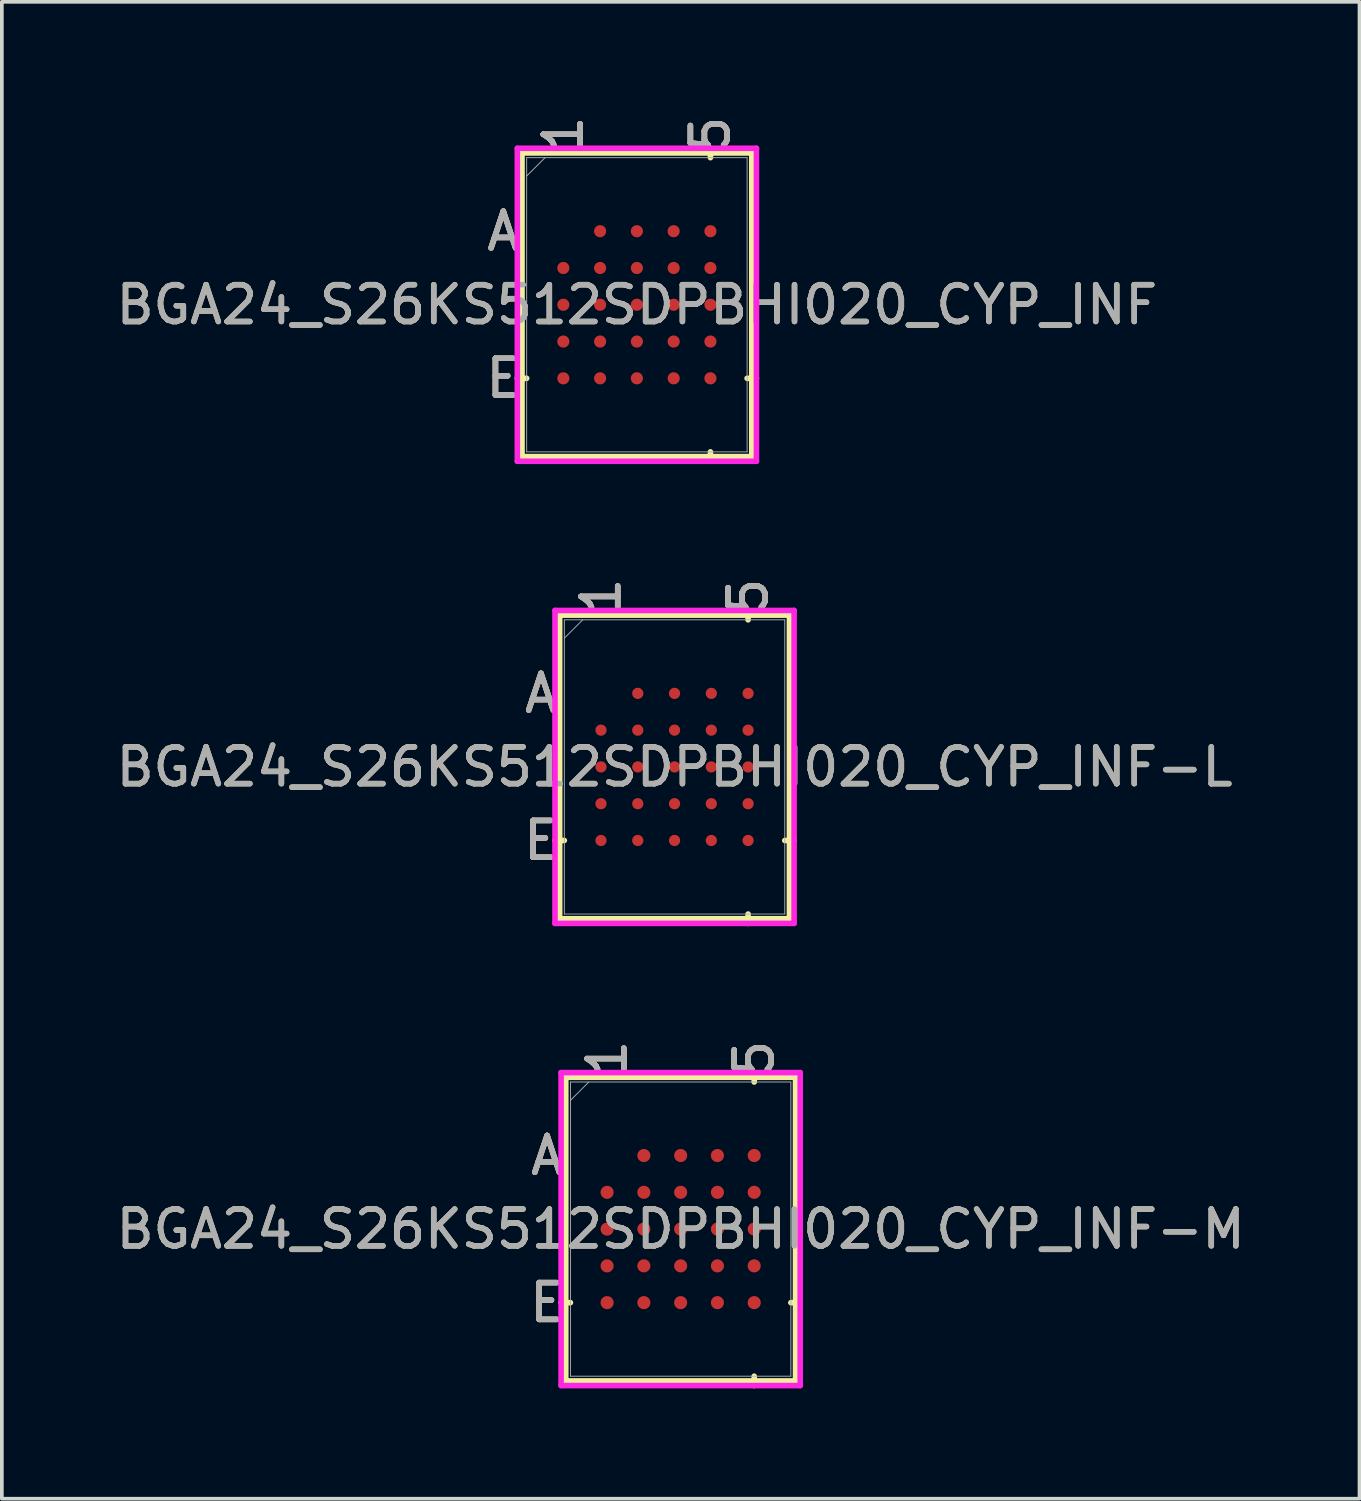
<source format=kicad_pcb>
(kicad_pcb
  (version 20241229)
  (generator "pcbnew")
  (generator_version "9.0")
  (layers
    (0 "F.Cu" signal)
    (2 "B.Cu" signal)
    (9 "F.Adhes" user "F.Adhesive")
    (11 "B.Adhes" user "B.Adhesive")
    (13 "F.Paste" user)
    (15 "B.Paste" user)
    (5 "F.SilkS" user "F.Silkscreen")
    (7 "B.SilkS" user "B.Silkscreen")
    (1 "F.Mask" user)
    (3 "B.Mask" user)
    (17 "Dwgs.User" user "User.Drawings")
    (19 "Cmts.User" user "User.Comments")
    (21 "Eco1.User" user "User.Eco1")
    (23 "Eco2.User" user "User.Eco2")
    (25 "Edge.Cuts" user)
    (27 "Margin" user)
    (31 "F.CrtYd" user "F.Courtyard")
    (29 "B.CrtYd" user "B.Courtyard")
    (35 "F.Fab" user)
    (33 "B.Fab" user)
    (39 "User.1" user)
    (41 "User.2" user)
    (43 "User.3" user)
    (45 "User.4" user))
  (footprint "BGA24_S26KS512SDPBHI020_CYP_INF-M"
    (layer "F.Cu")
    (at 15.458 30.371)
    (property "Reference" "BGA24_S26KS512SDPBHI020_CYP_INF-M" (at 0 0 0) (unlocked yes) (layer "F.SilkS") (effects (font (size 1 1) (thickness 0.15))))
    (attr smd)
    (fp_line (start -3.124 -4.128) (end -3.124 4.128) (stroke (width 0.152) (type solid)) (layer "F.SilkS"))
    (fp_line (start -3.124 4.128) (end 3.124 4.128) (stroke (width 0.152) (type solid)) (layer "F.SilkS"))
    (fp_line (start -2.997 2) (end -3.251 2) (stroke (width 0.152) (type solid)) (layer "F.SilkS"))
    (fp_line (start 2 -4) (end 2 -4.255) (stroke (width 0.152) (type solid)) (layer "F.SilkS"))
    (fp_line (start 2 4) (end 2 4.255) (stroke (width 0.152) (type solid)) (layer "F.SilkS"))
    (fp_line (start 2.997 2) (end 3.251 2) (stroke (width 0.152) (type solid)) (layer "F.SilkS"))
    (fp_line (start 3.124 -4.128) (end -3.124 -4.128) (stroke (width 0.152) (type solid)) (layer "F.SilkS"))
    (fp_line (start 3.124 4.128) (end 3.124 -4.128) (stroke (width 0.152) (type solid)) (layer "F.SilkS"))
    (fp_poly (pts (xy -3.008 -3.008) (xy 3.008 -3.008) (xy 3.008 3.008) (xy -3.008 3.008)) (stroke (width 0.1) (type solid)) (fill no) (layer "Eco2.User"))
    (fp_line (start -3.251 -4.255) (end 3.251 -4.255) (stroke (width 0.152) (type solid)) (layer "F.CrtYd"))
    (fp_line (start -3.251 4.255) (end -3.251 -4.255) (stroke (width 0.152) (type solid)) (layer "F.CrtYd"))
    (fp_line (start 3.251 -4.255) (end 3.251 4.255) (stroke (width 0.152) (type solid)) (layer "F.CrtYd"))
    (fp_line (start 3.251 4.255) (end -3.251 4.255) (stroke (width 0.152) (type solid)) (layer "F.CrtYd"))
    (fp_line (start -2.997 -4) (end -2.997 4) (stroke (width 0.025) (type solid)) (layer "F.Fab"))
    (fp_line (start -2.997 4) (end 2.997 4) (stroke (width 0.025) (type solid)) (layer "F.Fab"))
    (fp_line (start -2.497 -4) (end -2.997 -3.501) (stroke (width 0.025) (type solid)) (layer "F.Fab"))
    (fp_line (start 2.997 -4) (end -2.997 -4) (stroke (width 0.025) (type solid)) (layer "F.Fab"))
    (fp_line (start 2.997 4) (end 2.997 -4) (stroke (width 0.025) (type solid)) (layer "F.Fab"))
    (fp_text user "1" (at -2 -4.636 90) (unlocked yes) (layer "F.SilkS") (effects (font (size 1 1) (thickness 0.15))))
    (fp_text user "E" (at -3.632 2 0) (unlocked yes) (layer "F.SilkS") (effects (font (size 1 1) (thickness 0.15))))
    (fp_text user "A" (at -3.632 -2 0) (unlocked yes) (layer "F.SilkS") (effects (font (size 1 1) (thickness 0.15))))
    (fp_text user "5" (at 2 -4.636 90) (unlocked yes) (layer "F.SilkS") (effects (font (size 1 1) (thickness 0.15))))
    (fp_text user "E" (at -3.632 2 0) (unlocked yes) (layer "B.SilkS") (effects (font (size 1 1) (thickness 0.15))))
    (fp_text user "5" (at 2 -4.636 90) (unlocked yes) (layer "B.SilkS") (effects (font (size 1 1) (thickness 0.15))))
    (fp_text user "1" (at -2 -4.636 90) (unlocked yes) (layer "B.SilkS") (effects (font (size 1 1) (thickness 0.15))))
    (fp_text user "A" (at -3.632 -2 0) (unlocked yes) (layer "B.SilkS") (effects (font (size 1 1) (thickness 0.15))))
    (fp_text user "1" (at -2 -4.636 90) (unlocked yes) (layer "F.Fab") (effects (font (size 1 1) (thickness 0.15))))
    (fp_text user "A" (at -3.632 -2 0) (unlocked yes) (layer "F.Fab") (effects (font (size 1 1) (thickness 0.15))))
    (fp_text user "5" (at 2 -4.636 90) (unlocked yes) (layer "F.Fab") (effects (font (size 1 1) (thickness 0.15))))
    (fp_text user "${REFERENCE}" (at 0 0 0) (unlocked yes) (layer "F.Fab") (effects (font (size 1 1) (thickness 0.15))))
    (fp_text user "E" (at -3.632 2 0) (unlocked yes) (layer "F.Fab") (effects (font (size 1 1) (thickness 0.15))))
    (pad "A2" smd circle (at -1 -2) (size 0.356 0.356) (layers "F.Cu" "F.Mask" "F.Paste"))
    (pad "A3" smd circle (at 0 -2) (size 0.356 0.356) (layers "F.Cu" "F.Mask" "F.Paste"))
    (pad "A4" smd circle (at 1 -2) (size 0.356 0.356) (layers "F.Cu" "F.Mask" "F.Paste"))
    (pad "A5" smd circle (at 2 -2) (size 0.356 0.356) (layers "F.Cu" "F.Mask" "F.Paste"))
    (pad "B1" smd circle (at -2 -1) (size 0.356 0.356) (layers "F.Cu" "F.Mask" "F.Paste"))
    (pad "B2" smd circle (at -1 -1) (size 0.356 0.356) (layers "F.Cu" "F.Mask" "F.Paste"))
    (pad "B3" smd circle (at 0 -1) (size 0.356 0.356) (layers "F.Cu" "F.Mask" "F.Paste"))
    (pad "B4" smd circle (at 1 -1) (size 0.356 0.356) (layers "F.Cu" "F.Mask" "F.Paste"))
    (pad "B5" smd circle (at 2 -1) (size 0.356 0.356) (layers "F.Cu" "F.Mask" "F.Paste"))
    (pad "C1" smd circle (at -2 0) (size 0.356 0.356) (layers "F.Cu" "F.Mask" "F.Paste"))
    (pad "C2" smd circle (at -1 0) (size 0.356 0.356) (layers "F.Cu" "F.Mask" "F.Paste"))
    (pad "C3" smd circle (at 0 0) (size 0.356 0.356) (layers "F.Cu" "F.Mask" "F.Paste"))
    (pad "C4" smd circle (at 1 0) (size 0.356 0.356) (layers "F.Cu" "F.Mask" "F.Paste"))
    (pad "C5" smd circle (at 2 0) (size 0.356 0.356) (layers "F.Cu" "F.Mask" "F.Paste"))
    (pad "D1" smd circle (at -2 1) (size 0.356 0.356) (layers "F.Cu" "F.Mask" "F.Paste"))
    (pad "D2" smd circle (at -1 1) (size 0.356 0.356) (layers "F.Cu" "F.Mask" "F.Paste"))
    (pad "D3" smd circle (at 0 1) (size 0.356 0.356) (layers "F.Cu" "F.Mask" "F.Paste"))
    (pad "D4" smd circle (at 1 1) (size 0.356 0.356) (layers "F.Cu" "F.Mask" "F.Paste"))
    (pad "D5" smd circle (at 2 1) (size 0.356 0.356) (layers "F.Cu" "F.Mask" "F.Paste"))
    (pad "E1" smd circle (at -2 2) (size 0.356 0.356) (layers "F.Cu" "F.Mask" "F.Paste"))
    (pad "E2" smd circle (at -1 2) (size 0.356 0.356) (layers "F.Cu" "F.Mask" "F.Paste"))
    (pad "E3" smd circle (at 0 2) (size 0.356 0.356) (layers "F.Cu" "F.Mask" "F.Paste"))
    (pad "E4" smd circle (at 1 2) (size 0.356 0.356) (layers "F.Cu" "F.Mask" "F.Paste"))
    (pad "E5" smd circle (at 2 2) (size 0.356 0.356) (layers "F.Cu" "F.Mask" "F.Paste")))
  (footprint "BGA24_S26KS512SDPBHI020_CYP_INF-L"
    (layer "F.Cu")
    (at 15.292 17.804)
    (property "Reference" "BGA24_S26KS512SDPBHI020_CYP_INF-L" (at 0 0 0) (unlocked yes) (layer "F.SilkS") (effects (font (size 1 1) (thickness 0.15))))
    (attr smd)
    (fp_line (start -3.124 -4.128) (end -3.124 4.128) (stroke (width 0.152) (type solid)) (layer "F.SilkS"))
    (fp_line (start -3.124 4.128) (end 3.124 4.128) (stroke (width 0.152) (type solid)) (layer "F.SilkS"))
    (fp_line (start -2.997 2) (end -3.251 2) (stroke (width 0.152) (type solid)) (layer "F.SilkS"))
    (fp_line (start 2 -4) (end 2 -4.255) (stroke (width 0.152) (type solid)) (layer "F.SilkS"))
    (fp_line (start 2 4) (end 2 4.255) (stroke (width 0.152) (type solid)) (layer "F.SilkS"))
    (fp_line (start 2.997 2) (end 3.251 2) (stroke (width 0.152) (type solid)) (layer "F.SilkS"))
    (fp_line (start 3.124 -4.128) (end -3.124 -4.128) (stroke (width 0.152) (type solid)) (layer "F.SilkS"))
    (fp_line (start 3.124 4.128) (end 3.124 -4.128) (stroke (width 0.152) (type solid)) (layer "F.SilkS"))
    (fp_poly (pts (xy -3.008 -3.008) (xy 3.008 -3.008) (xy 3.008 3.008) (xy -3.008 3.008)) (stroke (width 0.1) (type solid)) (fill no) (layer "Eco2.User"))
    (fp_line (start -3.251 -4.255) (end 3.251 -4.255) (stroke (width 0.152) (type solid)) (layer "F.CrtYd"))
    (fp_line (start -3.251 4.255) (end -3.251 -4.255) (stroke (width 0.152) (type solid)) (layer "F.CrtYd"))
    (fp_line (start 3.251 -4.255) (end 3.251 4.255) (stroke (width 0.152) (type solid)) (layer "F.CrtYd"))
    (fp_line (start 3.251 4.255) (end -3.251 4.255) (stroke (width 0.152) (type solid)) (layer "F.CrtYd"))
    (fp_line (start -2.997 -4) (end -2.997 4) (stroke (width 0.025) (type solid)) (layer "F.Fab"))
    (fp_line (start -2.997 4) (end 2.997 4) (stroke (width 0.025) (type solid)) (layer "F.Fab"))
    (fp_line (start -2.497 -4) (end -2.997 -3.501) (stroke (width 0.025) (type solid)) (layer "F.Fab"))
    (fp_line (start 2.997 -4) (end -2.997 -4) (stroke (width 0.025) (type solid)) (layer "F.Fab"))
    (fp_line (start 2.997 4) (end 2.997 -4) (stroke (width 0.025) (type solid)) (layer "F.Fab"))
    (fp_text user "1" (at -2 -4.636 90) (unlocked yes) (layer "F.SilkS") (effects (font (size 1 1) (thickness 0.15))))
    (fp_text user "E" (at -3.632 2 0) (unlocked yes) (layer "F.SilkS") (effects (font (size 1 1) (thickness 0.15))))
    (fp_text user "5" (at 2 -4.636 90) (unlocked yes) (layer "F.SilkS") (effects (font (size 1 1) (thickness 0.15))))
    (fp_text user "A" (at -3.632 -2 0) (unlocked yes) (layer "F.SilkS") (effects (font (size 1 1) (thickness 0.15))))
    (fp_text user "1" (at -2 -4.636 90) (unlocked yes) (layer "B.SilkS") (effects (font (size 1 1) (thickness 0.15))))
    (fp_text user "E" (at -3.632 2 0) (unlocked yes) (layer "B.SilkS") (effects (font (size 1 1) (thickness 0.15))))
    (fp_text user "A" (at -3.632 -2 0) (unlocked yes) (layer "B.SilkS") (effects (font (size 1 1) (thickness 0.15))))
    (fp_text user "5" (at 2 -4.636 90) (unlocked yes) (layer "B.SilkS") (effects (font (size 1 1) (thickness 0.15))))
    (fp_text user "5" (at 2 -4.636 90) (unlocked yes) (layer "F.Fab") (effects (font (size 1 1) (thickness 0.15))))
    (fp_text user "A" (at -3.632 -2 0) (unlocked yes) (layer "F.Fab") (effects (font (size 1 1) (thickness 0.15))))
    (fp_text user "${REFERENCE}" (at 0 0 0) (unlocked yes) (layer "F.Fab") (effects (font (size 1 1) (thickness 0.15))))
    (fp_text user "E" (at -3.632 2 0) (unlocked yes) (layer "F.Fab") (effects (font (size 1 1) (thickness 0.15))))
    (fp_text user "1" (at -2 -4.636 90) (unlocked yes) (layer "F.Fab") (effects (font (size 1 1) (thickness 0.15))))
    (pad "A2" smd circle (at -1 -2) (size 0.305 0.305) (layers "F.Cu" "F.Mask" "F.Paste"))
    (pad "A3" smd circle (at 0 -2) (size 0.305 0.305) (layers "F.Cu" "F.Mask" "F.Paste"))
    (pad "A4" smd circle (at 1 -2) (size 0.305 0.305) (layers "F.Cu" "F.Mask" "F.Paste"))
    (pad "A5" smd circle (at 2 -2) (size 0.305 0.305) (layers "F.Cu" "F.Mask" "F.Paste"))
    (pad "B1" smd circle (at -2 -1) (size 0.305 0.305) (layers "F.Cu" "F.Mask" "F.Paste"))
    (pad "B2" smd circle (at -1 -1) (size 0.305 0.305) (layers "F.Cu" "F.Mask" "F.Paste"))
    (pad "B3" smd circle (at 0 -1) (size 0.305 0.305) (layers "F.Cu" "F.Mask" "F.Paste"))
    (pad "B4" smd circle (at 1 -1) (size 0.305 0.305) (layers "F.Cu" "F.Mask" "F.Paste"))
    (pad "B5" smd circle (at 2 -1) (size 0.305 0.305) (layers "F.Cu" "F.Mask" "F.Paste"))
    (pad "C1" smd circle (at -2 0) (size 0.305 0.305) (layers "F.Cu" "F.Mask" "F.Paste"))
    (pad "C2" smd circle (at -1 0) (size 0.305 0.305) (layers "F.Cu" "F.Mask" "F.Paste"))
    (pad "C3" smd circle (at 0 0) (size 0.305 0.305) (layers "F.Cu" "F.Mask" "F.Paste"))
    (pad "C4" smd circle (at 1 0) (size 0.305 0.305) (layers "F.Cu" "F.Mask" "F.Paste"))
    (pad "C5" smd circle (at 2 0) (size 0.305 0.305) (layers "F.Cu" "F.Mask" "F.Paste"))
    (pad "D1" smd circle (at -2 1) (size 0.305 0.305) (layers "F.Cu" "F.Mask" "F.Paste"))
    (pad "D2" smd circle (at -1 1) (size 0.305 0.305) (layers "F.Cu" "F.Mask" "F.Paste"))
    (pad "D3" smd circle (at 0 1) (size 0.305 0.305) (layers "F.Cu" "F.Mask" "F.Paste"))
    (pad "D4" smd circle (at 1 1) (size 0.305 0.305) (layers "F.Cu" "F.Mask" "F.Paste"))
    (pad "D5" smd circle (at 2 1) (size 0.305 0.305) (layers "F.Cu" "F.Mask" "F.Paste"))
    (pad "E1" smd circle (at -2 2) (size 0.305 0.305) (layers "F.Cu" "F.Mask" "F.Paste"))
    (pad "E2" smd circle (at -1 2) (size 0.305 0.305) (layers "F.Cu" "F.Mask" "F.Paste"))
    (pad "E3" smd circle (at 0 2) (size 0.305 0.305) (layers "F.Cu" "F.Mask" "F.Paste"))
    (pad "E4" smd circle (at 1 2) (size 0.305 0.305) (layers "F.Cu" "F.Mask" "F.Paste"))
    (pad "E5" smd circle (at 2 2) (size 0.305 0.305) (layers "F.Cu" "F.Mask" "F.Paste")))
  (footprint "BGA24_S26KS512SDPBHI020_CYP_INF"
    (layer "F.Cu")
    (at 14.268 5.237)
    (property "Reference" "BGA24_S26KS512SDPBHI020_CYP_INF" (at 0 0 0) (unlocked yes) (layer "F.SilkS") (effects (font (size 1 1) (thickness 0.15))))
    (attr smd)
    (fp_line (start -3.124 -4.128) (end -3.124 4.128) (stroke (width 0.152) (type solid)) (layer "F.SilkS"))
    (fp_line (start -3.124 4.128) (end 3.124 4.128) (stroke (width 0.152) (type solid)) (layer "F.SilkS"))
    (fp_line (start -2.997 2) (end -3.251 2) (stroke (width 0.152) (type solid)) (layer "F.SilkS"))
    (fp_line (start 2 -4) (end 2 -4.255) (stroke (width 0.152) (type solid)) (layer "F.SilkS"))
    (fp_line (start 2 4) (end 2 4.255) (stroke (width 0.152) (type solid)) (layer "F.SilkS"))
    (fp_line (start 2.997 2) (end 3.251 2) (stroke (width 0.152) (type solid)) (layer "F.SilkS"))
    (fp_line (start 3.124 -4.128) (end -3.124 -4.128) (stroke (width 0.152) (type solid)) (layer "F.SilkS"))
    (fp_line (start 3.124 4.128) (end 3.124 -4.128) (stroke (width 0.152) (type solid)) (layer "F.SilkS"))
    (fp_poly (pts (xy -3.008 -3.008) (xy 3.008 -3.008) (xy 3.008 3.008) (xy -3.008 3.008)) (stroke (width 0.1) (type solid)) (fill no) (layer "Eco2.User"))
    (fp_line (start -3.251 -4.255) (end 3.251 -4.255) (stroke (width 0.152) (type solid)) (layer "F.CrtYd"))
    (fp_line (start -3.251 4.255) (end -3.251 -4.255) (stroke (width 0.152) (type solid)) (layer "F.CrtYd"))
    (fp_line (start 3.251 -4.255) (end 3.251 4.255) (stroke (width 0.152) (type solid)) (layer "F.CrtYd"))
    (fp_line (start 3.251 4.255) (end -3.251 4.255) (stroke (width 0.152) (type solid)) (layer "F.CrtYd"))
    (fp_line (start -2.997 -4) (end -2.997 4) (stroke (width 0.025) (type solid)) (layer "F.Fab"))
    (fp_line (start -2.997 4) (end 2.997 4) (stroke (width 0.025) (type solid)) (layer "F.Fab"))
    (fp_line (start -2.497 -4) (end -2.997 -3.501) (stroke (width 0.025) (type solid)) (layer "F.Fab"))
    (fp_line (start 2.997 -4) (end -2.997 -4) (stroke (width 0.025) (type solid)) (layer "F.Fab"))
    (fp_line (start 2.997 4) (end 2.997 -4) (stroke (width 0.025) (type solid)) (layer "F.Fab"))
    (fp_text user "E" (at -3.632 2 0) (unlocked yes) (layer "F.SilkS") (effects (font (size 1 1) (thickness 0.15))))
    (fp_text user "5" (at 2 -4.636 90) (unlocked yes) (layer "F.SilkS") (effects (font (size 1 1) (thickness 0.15))))
    (fp_text user "1" (at -2 -4.636 90) (unlocked yes) (layer "F.SilkS") (effects (font (size 1 1) (thickness 0.15))))
    (fp_text user "A" (at -3.632 -2 0) (unlocked yes) (layer "F.SilkS") (effects (font (size 1 1) (thickness 0.15))))
    (fp_text user "1" (at -2 -4.636 90) (unlocked yes) (layer "B.SilkS") (effects (font (size 1 1) (thickness 0.15))))
    (fp_text user "5" (at 2 -4.636 90) (unlocked yes) (layer "B.SilkS") (effects (font (size 1 1) (thickness 0.15))))
    (fp_text user "A" (at -3.632 -2 0) (unlocked yes) (layer "B.SilkS") (effects (font (size 1 1) (thickness 0.15))))
    (fp_text user "E" (at -3.632 2 0) (unlocked yes) (layer "B.SilkS") (effects (font (size 1 1) (thickness 0.15))))
    (fp_text user "A" (at -3.632 -2 0) (unlocked yes) (layer "F.Fab") (effects (font (size 1 1) (thickness 0.15))))
    (fp_text user "E" (at -3.632 2 0) (unlocked yes) (layer "F.Fab") (effects (font (size 1 1) (thickness 0.15))))
    (fp_text user "${REFERENCE}" (at 0 0 0) (unlocked yes) (layer "F.Fab") (effects (font (size 1 1) (thickness 0.15))))
    (fp_text user "5" (at 2 -4.636 90) (unlocked yes) (layer "F.Fab") (effects (font (size 1 1) (thickness 0.15))))
    (fp_text user "1" (at -2 -4.636 90) (unlocked yes) (layer "F.Fab") (effects (font (size 1 1) (thickness 0.15))))
    (pad "A2" smd circle (at -1 -2) (size 0.33 0.33) (layers "F.Cu" "F.Mask" "F.Paste"))
    (pad "A3" smd circle (at 0 -2) (size 0.33 0.33) (layers "F.Cu" "F.Mask" "F.Paste"))
    (pad "A4" smd circle (at 1 -2) (size 0.33 0.33) (layers "F.Cu" "F.Mask" "F.Paste"))
    (pad "A5" smd circle (at 2 -2) (size 0.33 0.33) (layers "F.Cu" "F.Mask" "F.Paste"))
    (pad "B1" smd circle (at -2 -1) (size 0.33 0.33) (layers "F.Cu" "F.Mask" "F.Paste"))
    (pad "B2" smd circle (at -1 -1) (size 0.33 0.33) (layers "F.Cu" "F.Mask" "F.Paste"))
    (pad "B3" smd circle (at 0 -1) (size 0.33 0.33) (layers "F.Cu" "F.Mask" "F.Paste"))
    (pad "B4" smd circle (at 1 -1) (size 0.33 0.33) (layers "F.Cu" "F.Mask" "F.Paste"))
    (pad "B5" smd circle (at 2 -1) (size 0.33 0.33) (layers "F.Cu" "F.Mask" "F.Paste"))
    (pad "C1" smd circle (at -2 0) (size 0.33 0.33) (layers "F.Cu" "F.Mask" "F.Paste"))
    (pad "C2" smd circle (at -1 0) (size 0.33 0.33) (layers "F.Cu" "F.Mask" "F.Paste"))
    (pad "C3" smd circle (at 0 0) (size 0.33 0.33) (layers "F.Cu" "F.Mask" "F.Paste"))
    (pad "C4" smd circle (at 1 0) (size 0.33 0.33) (layers "F.Cu" "F.Mask" "F.Paste"))
    (pad "C5" smd circle (at 2 0) (size 0.33 0.33) (layers "F.Cu" "F.Mask" "F.Paste"))
    (pad "D1" smd circle (at -2 1) (size 0.33 0.33) (layers "F.Cu" "F.Mask" "F.Paste"))
    (pad "D2" smd circle (at -1 1) (size 0.33 0.33) (layers "F.Cu" "F.Mask" "F.Paste"))
    (pad "D3" smd circle (at 0 1) (size 0.33 0.33) (layers "F.Cu" "F.Mask" "F.Paste"))
    (pad "D4" smd circle (at 1 1) (size 0.33 0.33) (layers "F.Cu" "F.Mask" "F.Paste"))
    (pad "D5" smd circle (at 2 1) (size 0.33 0.33) (layers "F.Cu" "F.Mask" "F.Paste"))
    (pad "E1" smd circle (at -2 2) (size 0.33 0.33) (layers "F.Cu" "F.Mask" "F.Paste"))
    (pad "E2" smd circle (at -1 2) (size 0.33 0.33) (layers "F.Cu" "F.Mask" "F.Paste"))
    (pad "E3" smd circle (at 0 2) (size 0.33 0.33) (layers "F.Cu" "F.Mask" "F.Paste"))
    (pad "E4" smd circle (at 1 2) (size 0.33 0.33) (layers "F.Cu" "F.Mask" "F.Paste"))
    (pad "E5" smd circle (at 2 2) (size 0.33 0.33) (layers "F.Cu" "F.Mask" "F.Paste")))
  (gr_rect
    (start -3 -3)
    (end 33.917 37.702)
    (stroke (width 0.1) (type default))
    (fill no)
    (layer "Edge.Cuts")))
</source>
